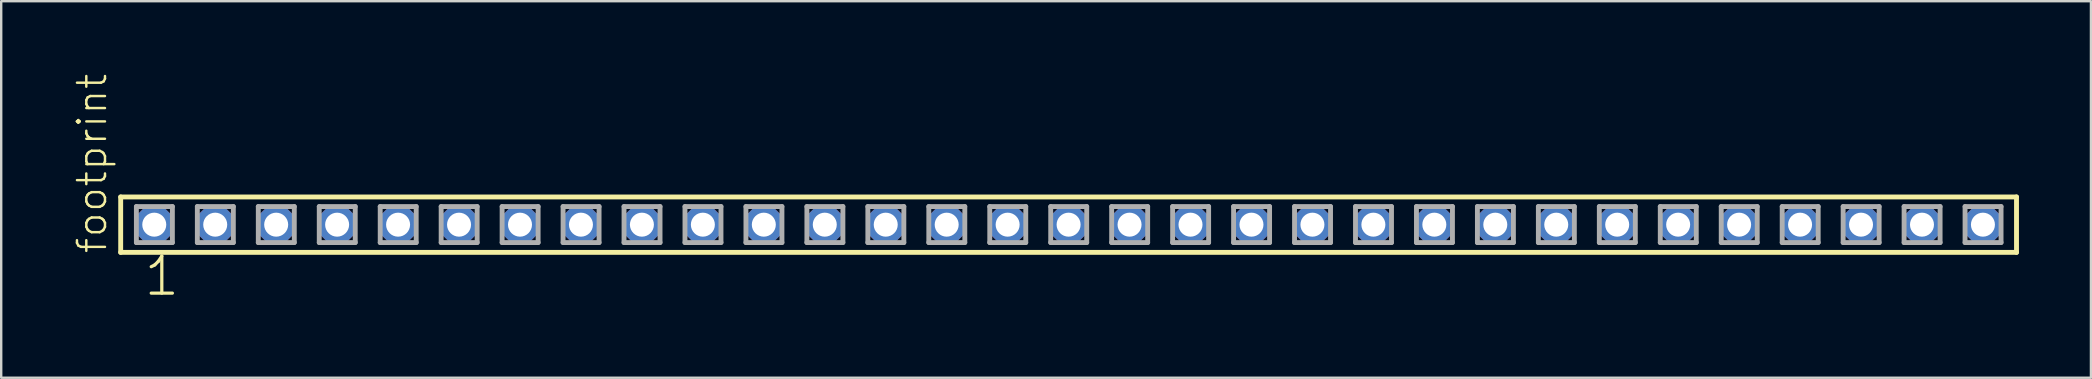
<source format=kicad_pcb>
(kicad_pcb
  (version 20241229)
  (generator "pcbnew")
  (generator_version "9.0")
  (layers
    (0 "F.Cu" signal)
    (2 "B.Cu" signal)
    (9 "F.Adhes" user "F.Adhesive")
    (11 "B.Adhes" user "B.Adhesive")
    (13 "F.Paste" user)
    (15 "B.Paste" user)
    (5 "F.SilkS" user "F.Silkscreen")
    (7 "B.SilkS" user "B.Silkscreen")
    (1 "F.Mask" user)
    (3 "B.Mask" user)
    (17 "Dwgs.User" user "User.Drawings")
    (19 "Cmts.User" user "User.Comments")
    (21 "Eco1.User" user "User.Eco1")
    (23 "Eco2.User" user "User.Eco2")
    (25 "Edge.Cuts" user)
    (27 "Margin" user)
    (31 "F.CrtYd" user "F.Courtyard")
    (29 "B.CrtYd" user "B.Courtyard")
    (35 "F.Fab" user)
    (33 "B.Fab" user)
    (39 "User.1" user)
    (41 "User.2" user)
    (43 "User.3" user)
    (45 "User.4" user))
  (footprint "footprint"
    (layer "F.Cu")
    (at 64.338 6.312)
    (property "Reference" "footprint" (at -62.865 1.27 90) (layer "F.SilkS") (effects (font (size 1.168 1.168) (thickness 0.102)) (justify left bottom)))
    (fp_line (start -62.359 -1.155) (end 16.639 -1.155) (stroke (width 0.203) (type solid)) (layer "F.SilkS"))
    (fp_line (start -62.359 1.155) (end -62.359 -1.155) (stroke (width 0.203) (type solid)) (layer "F.SilkS"))
    (fp_line (start 16.639 -1.155) (end 16.639 1.155) (stroke (width 0.203) (type solid)) (layer "F.SilkS"))
    (fp_line (start 16.639 1.155) (end -62.359 1.155) (stroke (width 0.203) (type solid)) (layer "F.SilkS"))
    (fp_line (start -61.705 -0.755) (end -60.205 -0.755) (stroke (width 0.203) (type solid)) (layer "F.Fab"))
    (fp_line (start -61.705 0.745) (end -61.705 -0.755) (stroke (width 0.203) (type solid)) (layer "F.Fab"))
    (fp_line (start -60.205 -0.755) (end -60.205 0.745) (stroke (width 0.203) (type solid)) (layer "F.Fab"))
    (fp_line (start -60.205 0.745) (end -61.705 0.745) (stroke (width 0.203) (type solid)) (layer "F.Fab"))
    (fp_line (start -59.165 -0.755) (end -57.665 -0.755) (stroke (width 0.203) (type solid)) (layer "F.Fab"))
    (fp_line (start -59.165 0.745) (end -59.165 -0.755) (stroke (width 0.203) (type solid)) (layer "F.Fab"))
    (fp_line (start -57.665 -0.755) (end -57.665 0.745) (stroke (width 0.203) (type solid)) (layer "F.Fab"))
    (fp_line (start -57.665 0.745) (end -59.165 0.745) (stroke (width 0.203) (type solid)) (layer "F.Fab"))
    (fp_line (start -56.625 -0.755) (end -55.125 -0.755) (stroke (width 0.203) (type solid)) (layer "F.Fab"))
    (fp_line (start -56.625 0.745) (end -56.625 -0.755) (stroke (width 0.203) (type solid)) (layer "F.Fab"))
    (fp_line (start -55.125 -0.755) (end -55.125 0.745) (stroke (width 0.203) (type solid)) (layer "F.Fab"))
    (fp_line (start -55.125 0.745) (end -56.625 0.745) (stroke (width 0.203) (type solid)) (layer "F.Fab"))
    (fp_line (start -54.085 -0.755) (end -52.585 -0.755) (stroke (width 0.203) (type solid)) (layer "F.Fab"))
    (fp_line (start -54.085 0.745) (end -54.085 -0.755) (stroke (width 0.203) (type solid)) (layer "F.Fab"))
    (fp_line (start -52.585 -0.755) (end -52.585 0.745) (stroke (width 0.203) (type solid)) (layer "F.Fab"))
    (fp_line (start -52.585 0.745) (end -54.085 0.745) (stroke (width 0.203) (type solid)) (layer "F.Fab"))
    (fp_line (start -51.545 -0.755) (end -50.045 -0.755) (stroke (width 0.203) (type solid)) (layer "F.Fab"))
    (fp_line (start -51.545 0.745) (end -51.545 -0.755) (stroke (width 0.203) (type solid)) (layer "F.Fab"))
    (fp_line (start -50.045 -0.755) (end -50.045 0.745) (stroke (width 0.203) (type solid)) (layer "F.Fab"))
    (fp_line (start -50.045 0.745) (end -51.545 0.745) (stroke (width 0.203) (type solid)) (layer "F.Fab"))
    (fp_line (start -49.005 -0.755) (end -47.505 -0.755) (stroke (width 0.203) (type solid)) (layer "F.Fab"))
    (fp_line (start -49.005 0.745) (end -49.005 -0.755) (stroke (width 0.203) (type solid)) (layer "F.Fab"))
    (fp_line (start -47.505 -0.755) (end -47.505 0.745) (stroke (width 0.203) (type solid)) (layer "F.Fab"))
    (fp_line (start -47.505 0.745) (end -49.005 0.745) (stroke (width 0.203) (type solid)) (layer "F.Fab"))
    (fp_line (start -46.465 -0.755) (end -44.965 -0.755) (stroke (width 0.203) (type solid)) (layer "F.Fab"))
    (fp_line (start -46.465 0.745) (end -46.465 -0.755) (stroke (width 0.203) (type solid)) (layer "F.Fab"))
    (fp_line (start -44.965 -0.755) (end -44.965 0.745) (stroke (width 0.203) (type solid)) (layer "F.Fab"))
    (fp_line (start -44.965 0.745) (end -46.465 0.745) (stroke (width 0.203) (type solid)) (layer "F.Fab"))
    (fp_line (start -43.925 -0.755) (end -42.425 -0.755) (stroke (width 0.203) (type solid)) (layer "F.Fab"))
    (fp_line (start -43.925 0.745) (end -43.925 -0.755) (stroke (width 0.203) (type solid)) (layer "F.Fab"))
    (fp_line (start -42.425 -0.755) (end -42.425 0.745) (stroke (width 0.203) (type solid)) (layer "F.Fab"))
    (fp_line (start -42.425 0.745) (end -43.925 0.745) (stroke (width 0.203) (type solid)) (layer "F.Fab"))
    (fp_line (start -41.385 -0.755) (end -39.885 -0.755) (stroke (width 0.203) (type solid)) (layer "F.Fab"))
    (fp_line (start -41.385 0.745) (end -41.385 -0.755) (stroke (width 0.203) (type solid)) (layer "F.Fab"))
    (fp_line (start -39.885 -0.755) (end -39.885 0.745) (stroke (width 0.203) (type solid)) (layer "F.Fab"))
    (fp_line (start -39.885 0.745) (end -41.385 0.745) (stroke (width 0.203) (type solid)) (layer "F.Fab"))
    (fp_line (start -38.845 -0.755) (end -37.345 -0.755) (stroke (width 0.203) (type solid)) (layer "F.Fab"))
    (fp_line (start -38.845 0.745) (end -38.845 -0.755) (stroke (width 0.203) (type solid)) (layer "F.Fab"))
    (fp_line (start -37.345 -0.755) (end -37.345 0.745) (stroke (width 0.203) (type solid)) (layer "F.Fab"))
    (fp_line (start -37.345 0.745) (end -38.845 0.745) (stroke (width 0.203) (type solid)) (layer "F.Fab"))
    (fp_line (start -36.305 -0.755) (end -34.805 -0.755) (stroke (width 0.203) (type solid)) (layer "F.Fab"))
    (fp_line (start -36.305 0.745) (end -36.305 -0.755) (stroke (width 0.203) (type solid)) (layer "F.Fab"))
    (fp_line (start -34.805 -0.755) (end -34.805 0.745) (stroke (width 0.203) (type solid)) (layer "F.Fab"))
    (fp_line (start -34.805 0.745) (end -36.305 0.745) (stroke (width 0.203) (type solid)) (layer "F.Fab"))
    (fp_line (start -33.765 -0.755) (end -32.265 -0.755) (stroke (width 0.203) (type solid)) (layer "F.Fab"))
    (fp_line (start -33.765 0.745) (end -33.765 -0.755) (stroke (width 0.203) (type solid)) (layer "F.Fab"))
    (fp_line (start -32.265 -0.755) (end -32.265 0.745) (stroke (width 0.203) (type solid)) (layer "F.Fab"))
    (fp_line (start -32.265 0.745) (end -33.765 0.745) (stroke (width 0.203) (type solid)) (layer "F.Fab"))
    (fp_line (start -31.225 -0.755) (end -29.725 -0.755) (stroke (width 0.203) (type solid)) (layer "F.Fab"))
    (fp_line (start -31.225 0.745) (end -31.225 -0.755) (stroke (width 0.203) (type solid)) (layer "F.Fab"))
    (fp_line (start -29.725 -0.755) (end -29.725 0.745) (stroke (width 0.203) (type solid)) (layer "F.Fab"))
    (fp_line (start -29.725 0.745) (end -31.225 0.745) (stroke (width 0.203) (type solid)) (layer "F.Fab"))
    (fp_line (start -28.685 -0.755) (end -27.185 -0.755) (stroke (width 0.203) (type solid)) (layer "F.Fab"))
    (fp_line (start -28.685 0.745) (end -28.685 -0.755) (stroke (width 0.203) (type solid)) (layer "F.Fab"))
    (fp_line (start -27.185 -0.755) (end -27.185 0.745) (stroke (width 0.203) (type solid)) (layer "F.Fab"))
    (fp_line (start -27.185 0.745) (end -28.685 0.745) (stroke (width 0.203) (type solid)) (layer "F.Fab"))
    (fp_line (start -26.145 -0.755) (end -24.645 -0.755) (stroke (width 0.203) (type solid)) (layer "F.Fab"))
    (fp_line (start -26.145 0.745) (end -26.145 -0.755) (stroke (width 0.203) (type solid)) (layer "F.Fab"))
    (fp_line (start -24.645 -0.755) (end -24.645 0.745) (stroke (width 0.203) (type solid)) (layer "F.Fab"))
    (fp_line (start -24.645 0.745) (end -26.145 0.745) (stroke (width 0.203) (type solid)) (layer "F.Fab"))
    (fp_line (start -23.605 -0.755) (end -22.105 -0.755) (stroke (width 0.203) (type solid)) (layer "F.Fab"))
    (fp_line (start -23.605 0.745) (end -23.605 -0.755) (stroke (width 0.203) (type solid)) (layer "F.Fab"))
    (fp_line (start -22.105 -0.755) (end -22.105 0.745) (stroke (width 0.203) (type solid)) (layer "F.Fab"))
    (fp_line (start -22.105 0.745) (end -23.605 0.745) (stroke (width 0.203) (type solid)) (layer "F.Fab"))
    (fp_line (start -21.065 -0.755) (end -19.565 -0.755) (stroke (width 0.203) (type solid)) (layer "F.Fab"))
    (fp_line (start -21.065 0.745) (end -21.065 -0.755) (stroke (width 0.203) (type solid)) (layer "F.Fab"))
    (fp_line (start -19.565 -0.755) (end -19.565 0.745) (stroke (width 0.203) (type solid)) (layer "F.Fab"))
    (fp_line (start -19.565 0.745) (end -21.065 0.745) (stroke (width 0.203) (type solid)) (layer "F.Fab"))
    (fp_line (start -18.525 -0.755) (end -17.025 -0.755) (stroke (width 0.203) (type solid)) (layer "F.Fab"))
    (fp_line (start -18.525 0.745) (end -18.525 -0.755) (stroke (width 0.203) (type solid)) (layer "F.Fab"))
    (fp_line (start -17.025 -0.755) (end -17.025 0.745) (stroke (width 0.203) (type solid)) (layer "F.Fab"))
    (fp_line (start -17.025 0.745) (end -18.525 0.745) (stroke (width 0.203) (type solid)) (layer "F.Fab"))
    (fp_line (start -15.985 -0.755) (end -14.485 -0.755) (stroke (width 0.203) (type solid)) (layer "F.Fab"))
    (fp_line (start -15.985 0.745) (end -15.985 -0.755) (stroke (width 0.203) (type solid)) (layer "F.Fab"))
    (fp_line (start -14.485 -0.755) (end -14.485 0.745) (stroke (width 0.203) (type solid)) (layer "F.Fab"))
    (fp_line (start -14.485 0.745) (end -15.985 0.745) (stroke (width 0.203) (type solid)) (layer "F.Fab"))
    (fp_line (start -13.445 -0.755) (end -11.945 -0.755) (stroke (width 0.203) (type solid)) (layer "F.Fab"))
    (fp_line (start -13.445 0.745) (end -13.445 -0.755) (stroke (width 0.203) (type solid)) (layer "F.Fab"))
    (fp_line (start -11.945 -0.755) (end -11.945 0.745) (stroke (width 0.203) (type solid)) (layer "F.Fab"))
    (fp_line (start -11.945 0.745) (end -13.445 0.745) (stroke (width 0.203) (type solid)) (layer "F.Fab"))
    (fp_line (start -10.905 -0.755) (end -9.405 -0.755) (stroke (width 0.203) (type solid)) (layer "F.Fab"))
    (fp_line (start -10.905 0.745) (end -10.905 -0.755) (stroke (width 0.203) (type solid)) (layer "F.Fab"))
    (fp_line (start -9.405 -0.755) (end -9.405 0.745) (stroke (width 0.203) (type solid)) (layer "F.Fab"))
    (fp_line (start -9.405 0.745) (end -10.905 0.745) (stroke (width 0.203) (type solid)) (layer "F.Fab"))
    (fp_line (start -8.365 -0.755) (end -6.865 -0.755) (stroke (width 0.203) (type solid)) (layer "F.Fab"))
    (fp_line (start -8.365 0.745) (end -8.365 -0.755) (stroke (width 0.203) (type solid)) (layer "F.Fab"))
    (fp_line (start -6.865 -0.755) (end -6.865 0.745) (stroke (width 0.203) (type solid)) (layer "F.Fab"))
    (fp_line (start -6.865 0.745) (end -8.365 0.745) (stroke (width 0.203) (type solid)) (layer "F.Fab"))
    (fp_line (start -5.825 -0.755) (end -4.325 -0.755) (stroke (width 0.203) (type solid)) (layer "F.Fab"))
    (fp_line (start -5.825 0.745) (end -5.825 -0.755) (stroke (width 0.203) (type solid)) (layer "F.Fab"))
    (fp_line (start -4.325 -0.755) (end -4.325 0.745) (stroke (width 0.203) (type solid)) (layer "F.Fab"))
    (fp_line (start -4.325 0.745) (end -5.825 0.745) (stroke (width 0.203) (type solid)) (layer "F.Fab"))
    (fp_line (start -3.285 -0.755) (end -1.785 -0.755) (stroke (width 0.203) (type solid)) (layer "F.Fab"))
    (fp_line (start -3.285 0.745) (end -3.285 -0.755) (stroke (width 0.203) (type solid)) (layer "F.Fab"))
    (fp_line (start -1.785 -0.755) (end -1.785 0.745) (stroke (width 0.203) (type solid)) (layer "F.Fab"))
    (fp_line (start -1.785 0.745) (end -3.285 0.745) (stroke (width 0.203) (type solid)) (layer "F.Fab"))
    (fp_line (start -0.745 -0.755) (end 0.755 -0.755) (stroke (width 0.203) (type solid)) (layer "F.Fab"))
    (fp_line (start -0.745 0.745) (end -0.745 -0.755) (stroke (width 0.203) (type solid)) (layer "F.Fab"))
    (fp_line (start 0.755 -0.755) (end 0.755 0.745) (stroke (width 0.203) (type solid)) (layer "F.Fab"))
    (fp_line (start 0.755 0.745) (end -0.745 0.745) (stroke (width 0.203) (type solid)) (layer "F.Fab"))
    (fp_line (start 1.795 -0.755) (end 3.295 -0.755) (stroke (width 0.203) (type solid)) (layer "F.Fab"))
    (fp_line (start 1.795 0.745) (end 1.795 -0.755) (stroke (width 0.203) (type solid)) (layer "F.Fab"))
    (fp_line (start 3.295 -0.755) (end 3.295 0.745) (stroke (width 0.203) (type solid)) (layer "F.Fab"))
    (fp_line (start 3.295 0.745) (end 1.795 0.745) (stroke (width 0.203) (type solid)) (layer "F.Fab"))
    (fp_line (start 4.335 -0.755) (end 5.835 -0.755) (stroke (width 0.203) (type solid)) (layer "F.Fab"))
    (fp_line (start 4.335 0.745) (end 4.335 -0.755) (stroke (width 0.203) (type solid)) (layer "F.Fab"))
    (fp_line (start 5.835 -0.755) (end 5.835 0.745) (stroke (width 0.203) (type solid)) (layer "F.Fab"))
    (fp_line (start 5.835 0.745) (end 4.335 0.745) (stroke (width 0.203) (type solid)) (layer "F.Fab"))
    (fp_line (start 6.875 -0.755) (end 8.375 -0.755) (stroke (width 0.203) (type solid)) (layer "F.Fab"))
    (fp_line (start 6.875 0.745) (end 6.875 -0.755) (stroke (width 0.203) (type solid)) (layer "F.Fab"))
    (fp_line (start 8.375 -0.755) (end 8.375 0.745) (stroke (width 0.203) (type solid)) (layer "F.Fab"))
    (fp_line (start 8.375 0.745) (end 6.875 0.745) (stroke (width 0.203) (type solid)) (layer "F.Fab"))
    (fp_line (start 9.415 -0.755) (end 10.915 -0.755) (stroke (width 0.203) (type solid)) (layer "F.Fab"))
    (fp_line (start 9.415 0.745) (end 9.415 -0.755) (stroke (width 0.203) (type solid)) (layer "F.Fab"))
    (fp_line (start 10.915 -0.755) (end 10.915 0.745) (stroke (width 0.203) (type solid)) (layer "F.Fab"))
    (fp_line (start 10.915 0.745) (end 9.415 0.745) (stroke (width 0.203) (type solid)) (layer "F.Fab"))
    (fp_line (start 11.955 -0.755) (end 13.455 -0.755) (stroke (width 0.203) (type solid)) (layer "F.Fab"))
    (fp_line (start 11.955 0.745) (end 11.955 -0.755) (stroke (width 0.203) (type solid)) (layer "F.Fab"))
    (fp_line (start 13.455 -0.755) (end 13.455 0.745) (stroke (width 0.203) (type solid)) (layer "F.Fab"))
    (fp_line (start 13.455 0.745) (end 11.955 0.745) (stroke (width 0.203) (type solid)) (layer "F.Fab"))
    (fp_line (start 14.495 -0.755) (end 15.995 -0.755) (stroke (width 0.203) (type solid)) (layer "F.Fab"))
    (fp_line (start 14.495 0.745) (end 14.495 -0.755) (stroke (width 0.203) (type solid)) (layer "F.Fab"))
    (fp_line (start 15.995 -0.755) (end 15.995 0.745) (stroke (width 0.203) (type solid)) (layer "F.Fab"))
    (fp_line (start 15.995 0.745) (end 14.495 0.745) (stroke (width 0.203) (type solid)) (layer "F.Fab"))
    (fp_text user "1" (at -61.468 3.048 0) (layer "F.SilkS") (effects (font (size 1.542 1.542) (thickness 0.134)) (justify left bottom)))
    (pad "1" thru_hole roundrect (at -60.96 0) (size 1.5 1.5) (drill 1) (layers "*.Cu" "*.Mask") (roundrect_rratio 0.25) (chamfer_ratio 0.25) (chamfer top_left top_right bottom_left bottom_right))
    (pad "2" thru_hole roundrect (at -58.42 0) (size 1.5 1.5) (drill 1) (layers "*.Cu" "*.Mask") (roundrect_rratio 0.25) (chamfer_ratio 0.25) (chamfer top_left top_right bottom_left bottom_right))
    (pad "3" thru_hole roundrect (at -55.88 0) (size 1.5 1.5) (drill 1) (layers "*.Cu" "*.Mask") (roundrect_rratio 0.25) (chamfer_ratio 0.25) (chamfer top_left top_right bottom_left bottom_right))
    (pad "4" thru_hole roundrect (at -53.34 0) (size 1.5 1.5) (drill 1) (layers "*.Cu" "*.Mask") (roundrect_rratio 0.25) (chamfer_ratio 0.25) (chamfer top_left top_right bottom_left bottom_right))
    (pad "5" thru_hole roundrect (at -50.8 0) (size 1.5 1.5) (drill 1) (layers "*.Cu" "*.Mask") (roundrect_rratio 0.25) (chamfer_ratio 0.25) (chamfer top_left top_right bottom_left bottom_right))
    (pad "6" thru_hole roundrect (at -48.26 0) (size 1.5 1.5) (drill 1) (layers "*.Cu" "*.Mask") (roundrect_rratio 0.25) (chamfer_ratio 0.25) (chamfer top_left top_right bottom_left bottom_right))
    (pad "7" thru_hole roundrect (at -45.72 0) (size 1.5 1.5) (drill 1) (layers "*.Cu" "*.Mask") (roundrect_rratio 0.25) (chamfer_ratio 0.25) (chamfer top_left top_right bottom_left bottom_right))
    (pad "8" thru_hole roundrect (at -43.18 0) (size 1.5 1.5) (drill 1) (layers "*.Cu" "*.Mask") (roundrect_rratio 0.25) (chamfer_ratio 0.25) (chamfer top_left top_right bottom_left bottom_right))
    (pad "9" thru_hole roundrect (at -40.64 0) (size 1.5 1.5) (drill 1) (layers "*.Cu" "*.Mask") (roundrect_rratio 0.25) (chamfer_ratio 0.25) (chamfer top_left top_right bottom_left bottom_right))
    (pad "10" thru_hole roundrect (at -38.1 0) (size 1.5 1.5) (drill 1) (layers "*.Cu" "*.Mask") (roundrect_rratio 0.25) (chamfer_ratio 0.25) (chamfer top_left top_right bottom_left bottom_right))
    (pad "11" thru_hole roundrect (at -35.56 0) (size 1.5 1.5) (drill 1) (layers "*.Cu" "*.Mask") (roundrect_rratio 0.25) (chamfer_ratio 0.25) (chamfer top_left top_right bottom_left bottom_right))
    (pad "12" thru_hole roundrect (at -33.02 0) (size 1.5 1.5) (drill 1) (layers "*.Cu" "*.Mask") (roundrect_rratio 0.25) (chamfer_ratio 0.25) (chamfer top_left top_right bottom_left bottom_right))
    (pad "13" thru_hole roundrect (at -30.48 0) (size 1.5 1.5) (drill 1) (layers "*.Cu" "*.Mask") (roundrect_rratio 0.25) (chamfer_ratio 0.25) (chamfer top_left top_right bottom_left bottom_right))
    (pad "14" thru_hole roundrect (at -27.94 0) (size 1.5 1.5) (drill 1) (layers "*.Cu" "*.Mask") (roundrect_rratio 0.25) (chamfer_ratio 0.25) (chamfer top_left top_right bottom_left bottom_right))
    (pad "15" thru_hole roundrect (at -25.4 0) (size 1.5 1.5) (drill 1) (layers "*.Cu" "*.Mask") (roundrect_rratio 0.25) (chamfer_ratio 0.25) (chamfer top_left top_right bottom_left bottom_right))
    (pad "16" thru_hole roundrect (at -22.86 0) (size 1.5 1.5) (drill 1) (layers "*.Cu" "*.Mask") (roundrect_rratio 0.25) (chamfer_ratio 0.25) (chamfer top_left top_right bottom_left bottom_right))
    (pad "17" thru_hole roundrect (at -20.32 0) (size 1.5 1.5) (drill 1) (layers "*.Cu" "*.Mask") (roundrect_rratio 0.25) (chamfer_ratio 0.25) (chamfer top_left top_right bottom_left bottom_right))
    (pad "18" thru_hole roundrect (at -17.78 0) (size 1.5 1.5) (drill 1) (layers "*.Cu" "*.Mask") (roundrect_rratio 0.25) (chamfer_ratio 0.25) (chamfer top_left top_right bottom_left bottom_right))
    (pad "19" thru_hole roundrect (at -15.24 0) (size 1.5 1.5) (drill 1) (layers "*.Cu" "*.Mask") (roundrect_rratio 0.25) (chamfer_ratio 0.25) (chamfer top_left top_right bottom_left bottom_right))
    (pad "20" thru_hole roundrect (at -12.7 0) (size 1.5 1.5) (drill 1) (layers "*.Cu" "*.Mask") (roundrect_rratio 0.25) (chamfer_ratio 0.25) (chamfer top_left top_right bottom_left bottom_right))
    (pad "21" thru_hole roundrect (at -10.16 0) (size 1.5 1.5) (drill 1) (layers "*.Cu" "*.Mask") (roundrect_rratio 0.25) (chamfer_ratio 0.25) (chamfer top_left top_right bottom_left bottom_right))
    (pad "22" thru_hole roundrect (at -7.62 0) (size 1.5 1.5) (drill 1) (layers "*.Cu" "*.Mask") (roundrect_rratio 0.25) (chamfer_ratio 0.25) (chamfer top_left top_right bottom_left bottom_right))
    (pad "23" thru_hole roundrect (at -5.08 0) (size 1.5 1.5) (drill 1) (layers "*.Cu" "*.Mask") (roundrect_rratio 0.25) (chamfer_ratio 0.25) (chamfer top_left top_right bottom_left bottom_right))
    (pad "24" thru_hole roundrect (at -2.54 0) (size 1.5 1.5) (drill 1) (layers "*.Cu" "*.Mask") (roundrect_rratio 0.25) (chamfer_ratio 0.25) (chamfer top_left top_right bottom_left bottom_right))
    (pad "25" thru_hole roundrect (at 0 0) (size 1.5 1.5) (drill 1) (layers "*.Cu" "*.Mask") (roundrect_rratio 0.25) (chamfer_ratio 0.25) (chamfer top_left top_right bottom_left bottom_right))
    (pad "26" thru_hole roundrect (at 2.54 0) (size 1.5 1.5) (drill 1) (layers "*.Cu" "*.Mask") (roundrect_rratio 0.25) (chamfer_ratio 0.25) (chamfer top_left top_right bottom_left bottom_right))
    (pad "27" thru_hole roundrect (at 5.08 0) (size 1.5 1.5) (drill 1) (layers "*.Cu" "*.Mask") (roundrect_rratio 0.25) (chamfer_ratio 0.25) (chamfer top_left top_right bottom_left bottom_right))
    (pad "28" thru_hole roundrect (at 7.62 0) (size 1.5 1.5) (drill 1) (layers "*.Cu" "*.Mask") (roundrect_rratio 0.25) (chamfer_ratio 0.25) (chamfer top_left top_right bottom_left bottom_right))
    (pad "29" thru_hole roundrect (at 10.16 0) (size 1.5 1.5) (drill 1) (layers "*.Cu" "*.Mask") (roundrect_rratio 0.25) (chamfer_ratio 0.25) (chamfer top_left top_right bottom_left bottom_right))
    (pad "30" thru_hole roundrect (at 12.7 0) (size 1.5 1.5) (drill 1) (layers "*.Cu" "*.Mask") (roundrect_rratio 0.25) (chamfer_ratio 0.25) (chamfer top_left top_right bottom_left bottom_right))
    (pad "31" thru_hole roundrect (at 15.24 0) (size 1.5 1.5) (drill 1) (layers "*.Cu" "*.Mask") (roundrect_rratio 0.25) (chamfer_ratio 0.25) (chamfer top_left top_right bottom_left bottom_right)))
  (gr_rect
    (start -3 -3)
    (end 84.079 12.691)
    (stroke (width 0.1) (type default))
    (fill no)
    (layer "Edge.Cuts")))
</source>
